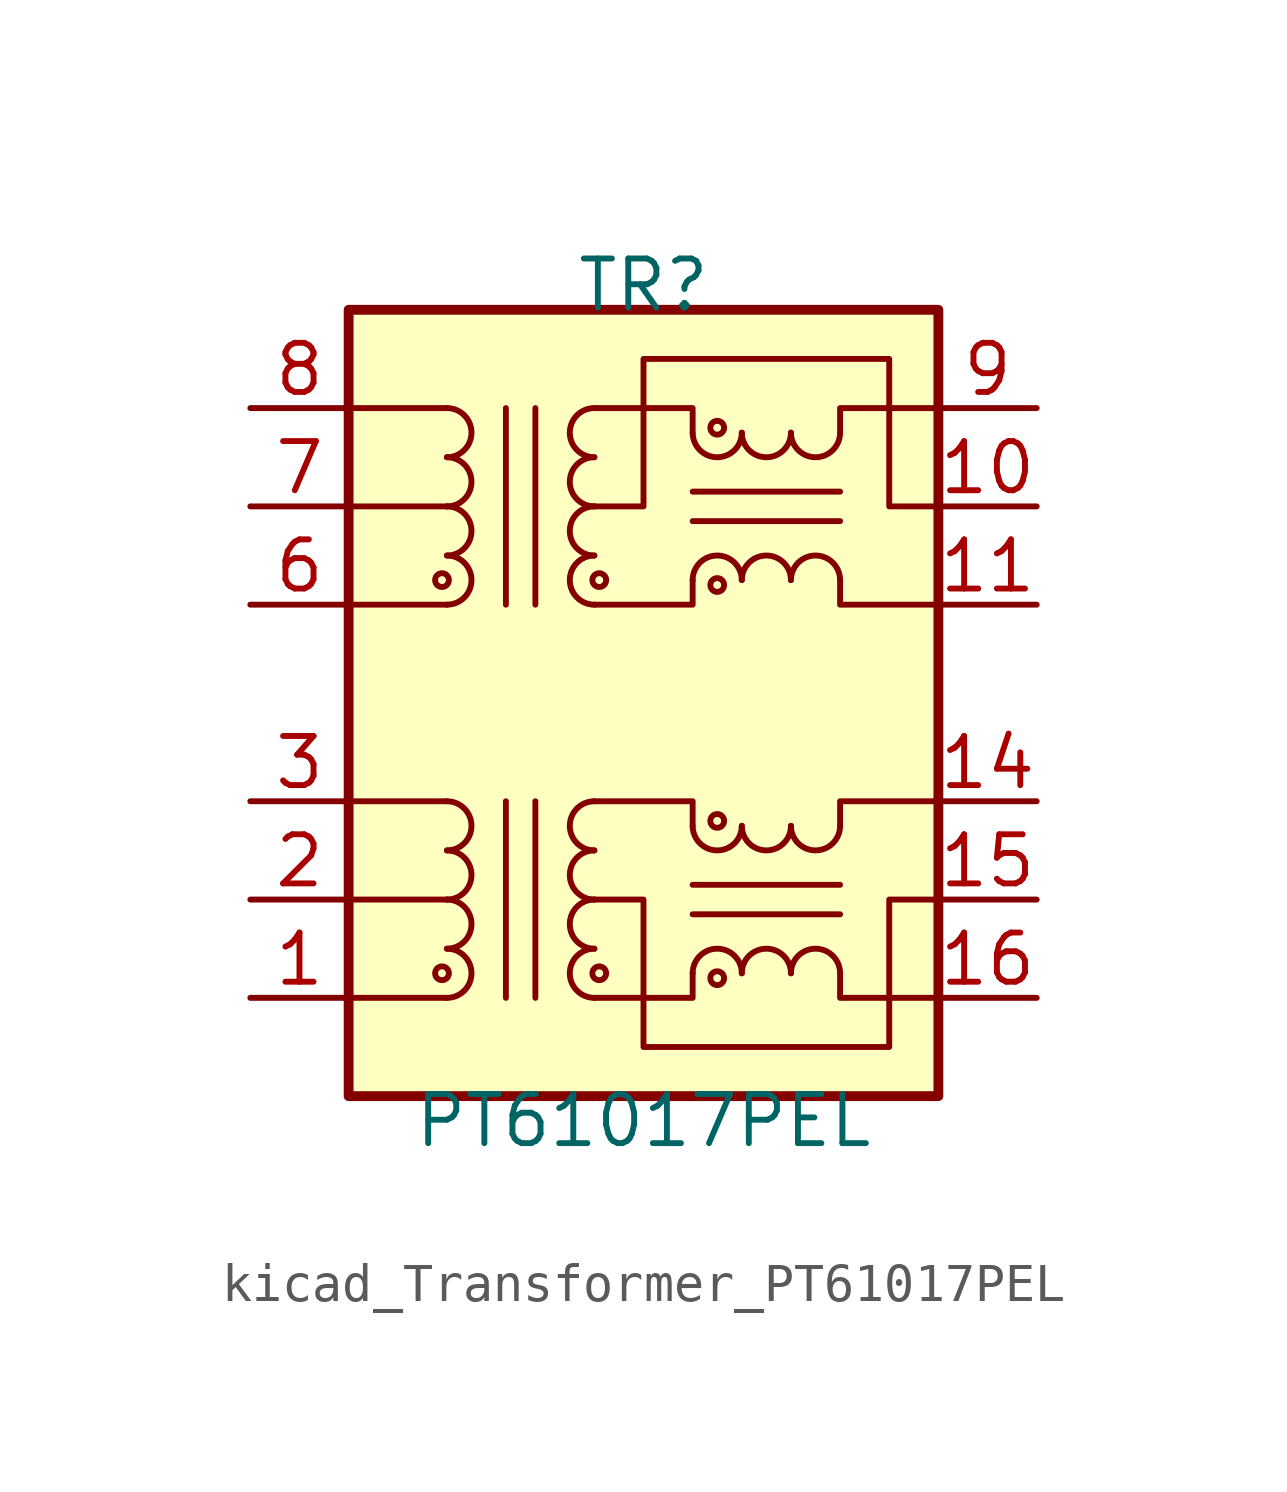
<source format=kicad_sym>
(kicad_symbol_lib
  (version 20220914)
  (generator kicad_symbol_editor)
  (symbol "kicad_Transformer_PT61017PEL"
    (pin_names hide)
    (property "Reference" "TR"
      (at 0 10.795 0)
      (effects (font (size 1.27 1.27))))
    (property "Value" "PT61017PEL"
      (at 0 -10.795 0)
      (effects (font (size 1.27 1.27))))
    (symbol "kicad_Transformer_PT61017PEL_0_1"
      (rectangle (start -7.62 10.16) (end 7.62 -10.16) (stroke (width 0.254) (type default)) (fill (type background)))
      (circle (center -5.207 3.175) (radius 0.178) (stroke (width 0) (type default)) (fill (type none)))
      (arc (start -5.08 6.35) (mid -4.4477 6.985) (end -5.08 7.62) (stroke (width 0) (type default)) (fill (type none)))
      (polyline (pts (xy -5.08 2.54) (xy -7.62 2.54)) (stroke (width 0) (type default)) (fill (type none)))
      (polyline (pts (xy -5.08 5.08) (xy -7.62 5.08)) (stroke (width 0) (type default)) (fill (type none)))
      (polyline (pts (xy -5.08 7.62) (xy -7.62 7.62)) (stroke (width 0) (type default)) (fill (type none)))
      (polyline (pts (xy -3.556 -2.54) (xy -3.556 -7.62)) (stroke (width 0) (type default)) (fill (type none)))
      (polyline (pts (xy -3.556 2.54) (xy -3.556 7.62)) (stroke (width 0) (type default)) (fill (type none)))
      (polyline (pts (xy -2.794 -7.62) (xy -2.794 -2.54)) (stroke (width 0) (type default)) (fill (type none)))
      (polyline (pts (xy -2.794 7.62) (xy -2.794 2.54)) (stroke (width 0) (type default)) (fill (type none)))
      (polyline (pts (xy 1.27 4.699) (xy 5.08 4.699)) (stroke (width 0) (type default)) (fill (type none)))
      (polyline (pts (xy 1.27 5.461) (xy 5.08 5.461)) (stroke (width 0) (type default)) (fill (type none)))
      (polyline (pts (xy -1.27 2.54) (xy 1.27 2.54) (xy 1.27 3.175)) (stroke (width 0) (type default)) (fill (type none)))
      (polyline (pts (xy 1.27 6.985) (xy 1.27 7.62) (xy -1.27 7.62)) (stroke (width 0) (type default)) (fill (type none)))
      (polyline (pts (xy 5.08 3.175) (xy 5.08 2.54) (xy 7.62 2.54)) (stroke (width 0) (type default)) (fill (type none)))
      (polyline (pts (xy 5.08 6.985) (xy 5.08 7.62) (xy 7.62 7.62)) (stroke (width 0) (type default)) (fill (type none)))
      (polyline (pts (xy -1.27 5.08) (xy 0 5.08) (xy 0 8.89) (xy 6.35 8.89) (xy 6.35 5.08) (xy 7.62 5.08)) (stroke (width 0) (type default)) (fill (type none))))
    (symbol "kicad_Transformer_PT61017PEL_1_1"
      (circle (center -5.207 -6.985) (radius 0.178) (stroke (width 0) (type default)) (fill (type none)))
      (arc (start -5.08 -7.62) (mid -4.4477 -6.985) (end -5.08 -6.35) (stroke (width 0) (type default)) (fill (type none)))
      (arc (start -5.08 -6.35) (mid -4.4477 -5.715) (end -5.08 -5.08) (stroke (width 0) (type default)) (fill (type none)))
      (arc (start -5.08 -5.08) (mid -4.4477 -4.445) (end -5.08 -3.81) (stroke (width 0) (type default)) (fill (type none)))
      (arc (start -5.08 -3.81) (mid -4.4477 -3.175) (end -5.08 -2.54) (stroke (width 0) (type default)) (fill (type none)))
      (arc (start -5.08 2.54) (mid -4.4477 3.175) (end -5.08 3.81) (stroke (width 0) (type default)) (fill (type none)))
      (arc (start -5.08 3.81) (mid -4.4477 4.445) (end -5.08 5.08) (stroke (width 0) (type default)) (fill (type none)))
      (arc (start -5.08 5.08) (mid -4.4477 5.715) (end -5.08 6.35) (stroke (width 0) (type default)) (fill (type none)))
      (arc (start -1.27 -6.35) (mid -1.9023 -6.985) (end -1.27 -7.62) (stroke (width 0) (type default)) (fill (type none)))
      (arc (start -1.27 -5.08) (mid -1.9023 -5.715) (end -1.27 -6.35) (stroke (width 0) (type default)) (fill (type none)))
      (arc (start -1.27 -3.81) (mid -1.9023 -4.445) (end -1.27 -5.08) (stroke (width 0) (type default)) (fill (type none)))
      (arc (start -1.27 -2.54) (mid -1.9023 -3.175) (end -1.27 -3.81) (stroke (width 0) (type default)) (fill (type none)))
      (arc (start -1.27 3.81) (mid -1.9023 3.175) (end -1.27 2.54) (stroke (width 0) (type default)) (fill (type none)))
      (arc (start -1.27 5.08) (mid -1.9023 4.445) (end -1.27 3.81) (stroke (width 0) (type default)) (fill (type none)))
      (arc (start -1.27 6.35) (mid -1.9023 5.715) (end -1.27 5.08) (stroke (width 0) (type default)) (fill (type none)))
      (arc (start -1.27 7.62) (mid -1.9023 6.985) (end -1.27 6.35) (stroke (width 0) (type default)) (fill (type none)))
      (circle (center -1.143 -6.985) (radius 0.178) (stroke (width 0) (type default)) (fill (type none)))
      (circle (center -1.143 3.175) (radius 0.178) (stroke (width 0) (type default)) (fill (type none)))
      (polyline (pts (xy -5.08 -7.62) (xy -7.62 -7.62)) (stroke (width 0) (type default)) (fill (type none)))
      (polyline (pts (xy -5.08 -5.08) (xy -7.62 -5.08)) (stroke (width 0) (type default)) (fill (type none)))
      (polyline (pts (xy -5.08 -2.54) (xy -7.62 -2.54)) (stroke (width 0) (type default)) (fill (type none)))
      (polyline (pts (xy 1.27 -5.461) (xy 5.08 -5.461)) (stroke (width 0) (type default)) (fill (type none)))
      (polyline (pts (xy 1.27 -4.699) (xy 5.08 -4.699)) (stroke (width 0) (type default)) (fill (type none)))
      (polyline (pts (xy -1.27 -7.62) (xy 1.27 -7.62) (xy 1.27 -6.985)) (stroke (width 0) (type default)) (fill (type none)))
      (polyline (pts (xy 1.27 -3.175) (xy 1.27 -2.54) (xy -1.27 -2.54)) (stroke (width 0) (type default)) (fill (type none)))
      (polyline (pts (xy 5.08 -6.985) (xy 5.08 -7.62) (xy 7.62 -7.62)) (stroke (width 0) (type default)) (fill (type none)))
      (polyline (pts (xy 5.08 -3.175) (xy 5.08 -2.54) (xy 7.62 -2.54)) (stroke (width 0) (type default)) (fill (type none)))
      (polyline (pts (xy 7.62 -5.08) (xy 6.35 -5.08) (xy 6.35 -8.89) (xy 0 -8.89) (xy 0 -5.08) (xy -1.27 -5.08)) (stroke (width 0) (type default)) (fill (type none)))
      (arc (start 1.27 -3.175) (mid 1.905 -3.8073) (end 2.54 -3.175) (stroke (width 0) (type default)) (fill (type none)))
      (arc (start 1.27 6.985) (mid 1.905 6.3527) (end 2.54 6.985) (stroke (width 0) (type default)) (fill (type none)))
      (circle (center 1.905 -7.112) (radius 0.178) (stroke (width 0) (type default)) (fill (type none)))
      (circle (center 1.905 -3.048) (radius 0.178) (stroke (width 0) (type default)) (fill (type none)))
      (circle (center 1.905 3.048) (radius 0.178) (stroke (width 0) (type default)) (fill (type none)))
      (circle (center 1.905 7.112) (radius 0.178) (stroke (width 0) (type default)) (fill (type none)))
      (arc (start 2.54 -6.985) (mid 1.905 -6.3527) (end 1.27 -6.985) (stroke (width 0) (type default)) (fill (type none)))
      (arc (start 2.54 -3.175) (mid 3.175 -3.8073) (end 3.81 -3.175) (stroke (width 0) (type default)) (fill (type none)))
      (arc (start 2.54 3.175) (mid 1.905 3.8073) (end 1.27 3.175) (stroke (width 0) (type default)) (fill (type none)))
      (arc (start 2.54 6.985) (mid 3.175 6.3527) (end 3.81 6.985) (stroke (width 0) (type default)) (fill (type none)))
      (arc (start 3.81 -6.985) (mid 3.175 -6.3527) (end 2.54 -6.985) (stroke (width 0) (type default)) (fill (type none)))
      (arc (start 3.81 -3.175) (mid 4.445 -3.8073) (end 5.08 -3.175) (stroke (width 0) (type default)) (fill (type none)))
      (arc (start 3.81 3.175) (mid 3.175 3.8073) (end 2.54 3.175) (stroke (width 0) (type default)) (fill (type none)))
      (arc (start 3.81 6.985) (mid 4.445 6.3527) (end 5.08 6.985) (stroke (width 0) (type default)) (fill (type none)))
      (arc (start 5.08 -6.985) (mid 4.445 -6.3527) (end 3.81 -6.985) (stroke (width 0) (type default)) (fill (type none)))
      (arc (start 5.08 3.175) (mid 4.445 3.8073) (end 3.81 3.175) (stroke (width 0) (type default)) (fill (type none)))
      (pin passive line (at -10.16 -7.62 0) (length 2.54) (name "TD+" (effects (font (size 1.27 1.27)))) (number "1" (effects (font (size 1.27 1.27)))))
      (pin passive line (at 10.16 5.08 180) (length 2.54) (name "C_RX" (effects (font (size 1.27 1.27)))) (number "10" (effects (font (size 1.27 1.27)))))
      (pin passive line (at 10.16 2.54 180) (length 2.54) (name "RX+" (effects (font (size 1.27 1.27)))) (number "11" (effects (font (size 1.27 1.27)))))
      (pin passive line (at 10.16 -2.54 180) (length 2.54) (name "TX-" (effects (font (size 1.27 1.27)))) (number "14" (effects (font (size 1.27 1.27)))))
      (pin passive line (at 10.16 -5.08 180) (length 2.54) (name "C_TX" (effects (font (size 1.27 1.27)))) (number "15" (effects (font (size 1.27 1.27)))))
      (pin passive line (at 10.16 -7.62 180) (length 2.54) (name "TX+" (effects (font (size 1.27 1.27)))) (number "16" (effects (font (size 1.27 1.27)))))
      (pin passive line (at -10.16 -5.08 0) (length 2.54) (name "C_TD" (effects (font (size 1.27 1.27)))) (number "2" (effects (font (size 1.27 1.27)))))
      (pin passive line (at -10.16 -2.54 0) (length 2.54) (name "TD-" (effects (font (size 1.27 1.27)))) (number "3" (effects (font (size 1.27 1.27)))))
      (pin passive line (at -10.16 2.54 0) (length 2.54) (name "RD+" (effects (font (size 1.27 1.27)))) (number "6" (effects (font (size 1.27 1.27)))))
      (pin passive line (at -10.16 5.08 0) (length 2.54) (name "C_RD" (effects (font (size 1.27 1.27)))) (number "7" (effects (font (size 1.27 1.27)))))
      (pin passive line (at -10.16 7.62 0) (length 2.54) (name "RD-" (effects (font (size 1.27 1.27)))) (number "8" (effects (font (size 1.27 1.27)))))
      (pin passive line (at 10.16 7.62 180) (length 2.54) (name "RX-" (effects (font (size 1.27 1.27)))) (number "9" (effects (font (size 1.27 1.27))))))))
</source>
